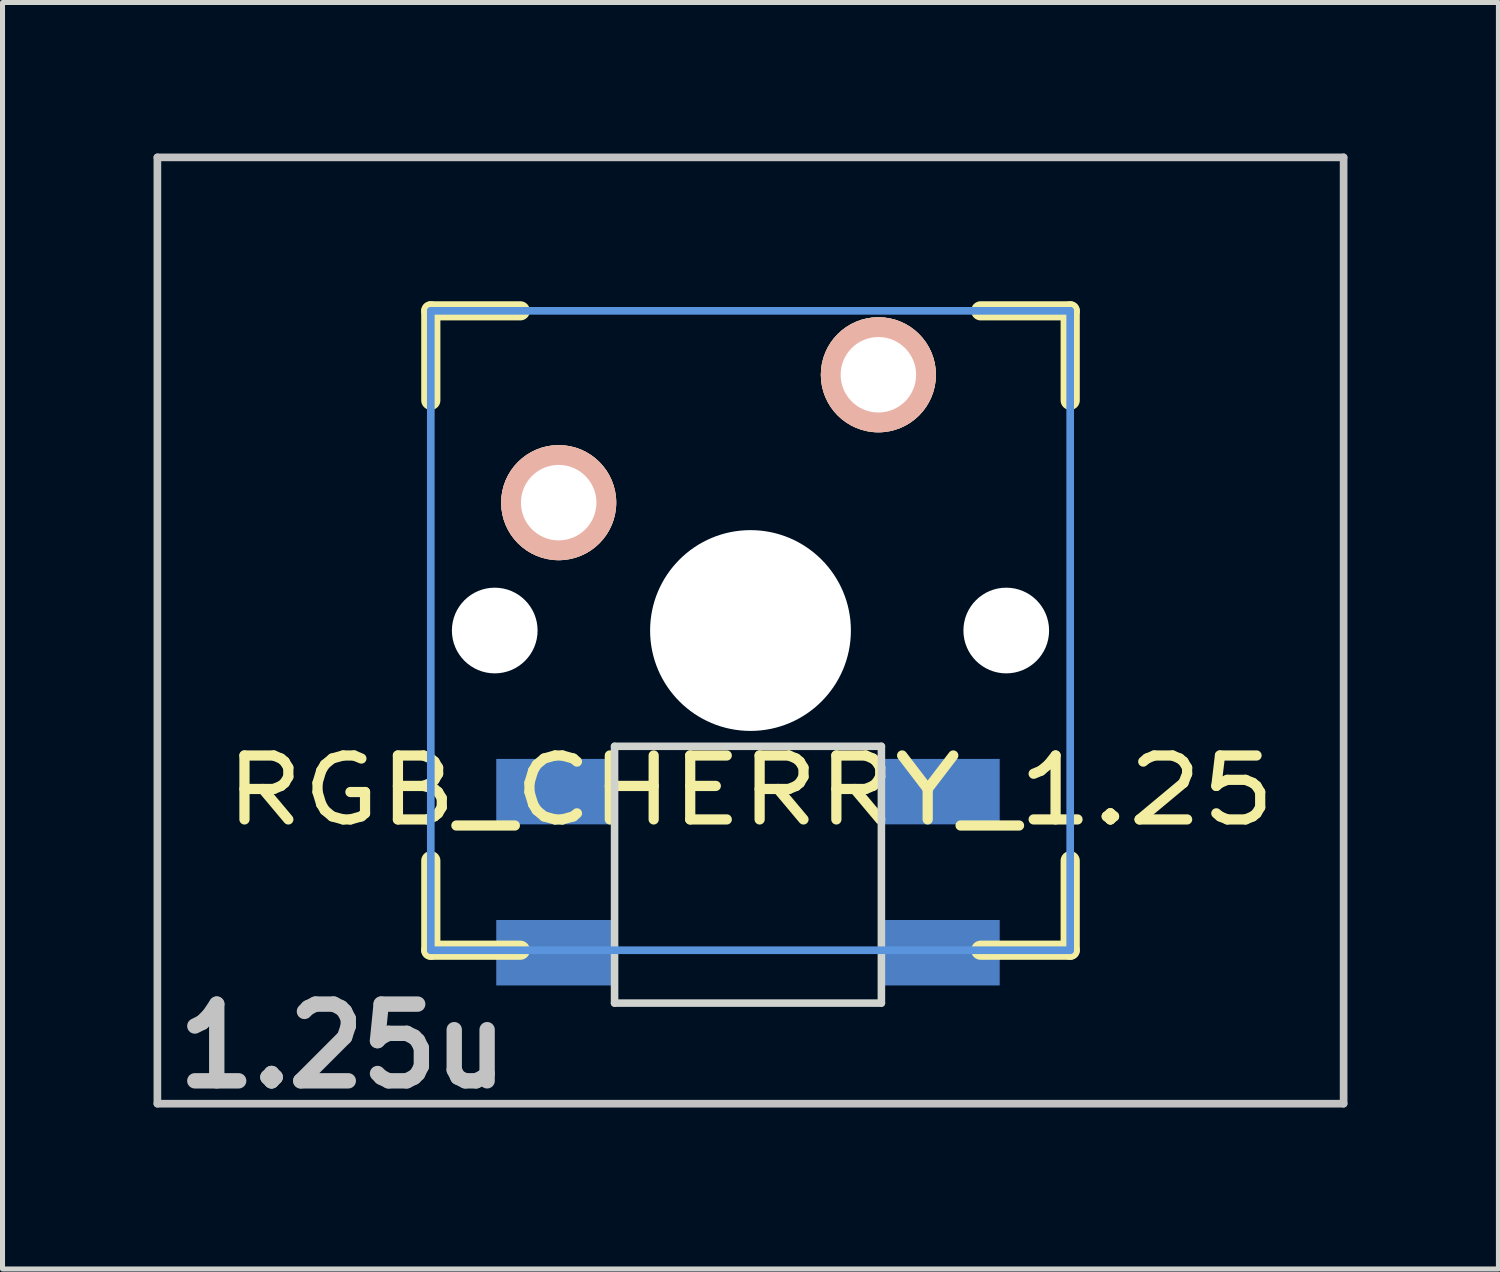
<source format=kicad_pcb>
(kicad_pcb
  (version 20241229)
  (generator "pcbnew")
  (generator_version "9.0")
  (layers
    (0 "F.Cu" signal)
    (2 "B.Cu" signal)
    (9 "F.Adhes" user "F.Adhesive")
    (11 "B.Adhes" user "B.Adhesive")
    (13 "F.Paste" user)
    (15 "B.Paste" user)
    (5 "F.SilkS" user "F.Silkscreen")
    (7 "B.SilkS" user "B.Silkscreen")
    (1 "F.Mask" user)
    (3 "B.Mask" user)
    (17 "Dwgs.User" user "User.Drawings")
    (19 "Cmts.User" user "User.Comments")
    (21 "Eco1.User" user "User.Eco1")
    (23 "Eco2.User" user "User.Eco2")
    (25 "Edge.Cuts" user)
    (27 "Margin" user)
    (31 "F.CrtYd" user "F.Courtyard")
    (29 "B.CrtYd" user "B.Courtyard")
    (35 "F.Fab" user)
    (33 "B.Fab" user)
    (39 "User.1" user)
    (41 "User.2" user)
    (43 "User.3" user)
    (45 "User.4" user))
  (footprint "RGB_CHERRY_1.25"
    (layer "F.Cu")
    (at 11.857 9.474)
    (property "Reference" "RGB_CHERRY_1.25" (at 0 3.175 0) (layer "F.SilkS") (effects (font (size 1.27 1.524) (thickness 0.203))))
    (attr through_hole)
    (fp_line (start -6.35 -6.35) (end -4.572 -6.35) (stroke (width 0.381) (type solid)) (layer "F.SilkS"))
    (fp_line (start -6.35 -4.572) (end -6.35 -6.35) (stroke (width 0.381) (type solid)) (layer "F.SilkS"))
    (fp_line (start -6.35 6.35) (end -6.35 4.572) (stroke (width 0.381) (type solid)) (layer "F.SilkS"))
    (fp_line (start -4.572 6.35) (end -6.35 6.35) (stroke (width 0.381) (type solid)) (layer "F.SilkS"))
    (fp_line (start 4.572 -6.35) (end 6.35 -6.35) (stroke (width 0.381) (type solid)) (layer "F.SilkS"))
    (fp_line (start 6.35 -6.35) (end 6.35 -4.572) (stroke (width 0.381) (type solid)) (layer "F.SilkS"))
    (fp_line (start 6.35 4.572) (end 6.35 6.35) (stroke (width 0.381) (type solid)) (layer "F.SilkS"))
    (fp_line (start 6.35 6.35) (end 4.572 6.35) (stroke (width 0.381) (type solid)) (layer "F.SilkS"))
    (fp_line (start -11.781 -9.398) (end 11.781 -9.398) (stroke (width 0.152) (type solid)) (layer "Dwgs.User"))
    (fp_line (start -11.781 9.398) (end -11.781 -9.398) (stroke (width 0.152) (type solid)) (layer "Dwgs.User"))
    (fp_line (start 11.781 -9.398) (end 11.781 9.398) (stroke (width 0.152) (type solid)) (layer "Dwgs.User"))
    (fp_line (start 11.781 9.398) (end -11.781 9.398) (stroke (width 0.152) (type solid)) (layer "Dwgs.User"))
    (fp_line (start -6.35 -6.35) (end 6.35 -6.35) (stroke (width 0.152) (type solid)) (layer "Cmts.User"))
    (fp_line (start -6.35 6.35) (end -6.35 -6.35) (stroke (width 0.152) (type solid)) (layer "Cmts.User"))
    (fp_line (start 6.35 -6.35) (end 6.35 6.35) (stroke (width 0.152) (type solid)) (layer "Cmts.User"))
    (fp_line (start 6.35 6.35) (end -6.35 6.35) (stroke (width 0.152) (type solid)) (layer "Cmts.User"))
    (fp_line (start -6.985 -6.985) (end 6.985 -6.985) (stroke (width 0.152) (type solid)) (layer "Eco2.User"))
    (fp_line (start -6.985 6.985) (end -6.985 -6.985) (stroke (width 0.152) (type solid)) (layer "Eco2.User"))
    (fp_line (start 6.985 -6.985) (end 6.985 6.985) (stroke (width 0.152) (type solid)) (layer "Eco2.User"))
    (fp_line (start 6.985 6.985) (end -6.985 6.985) (stroke (width 0.152) (type solid)) (layer "Eco2.User"))
    (fp_line (start -2.7 2.3) (end -2.7 7.4) (stroke (width 0.15) (type solid)) (layer "Edge.Cuts"))
    (fp_line (start -2.7 2.3) (end 2.6 2.3) (stroke (width 0.15) (type solid)) (layer "Edge.Cuts"))
    (fp_line (start 2.6 2.3) (end 2.6 7.4) (stroke (width 0.15) (type solid)) (layer "Edge.Cuts"))
    (fp_line (start 2.6 7.4) (end -2.7 7.4) (stroke (width 0.15) (type solid)) (layer "Edge.Cuts"))
    (fp_text user "1.25u" (at -8.098 8.255 0) (layer "Dwgs.User") (effects (font (size 1.524 1.524) (thickness 0.305))))
    (pad "" np_thru_hole circle (at -5.08 0) (size 1.702 1.702) (drill 1.702) (layers "*.Cu"))
    (pad "" np_thru_hole circle (at 0 0) (size 3.988 3.988) (drill 3.988) (layers "*.Cu"))
    (pad "" np_thru_hole circle (at 5.08 0) (size 1.702 1.702) (drill 1.702) (layers "*.Cu"))
    (pad "1" thru_hole circle (at 2.54 -5.08) (size 2.286 2.286) (drill 1.499) (layers "*.Cu" "*.SilkS" "*.Mask"))
    (pad "2" thru_hole circle (at -3.81 -2.54) (size 2.286 2.286) (drill 1.499) (layers "*.Cu" "*.SilkS" "*.Mask"))
    (pad "3" smd rect (at -2.8 3.2) (size 2.3 1.3) (drill (offset -1.1 0)) (layers "B.Cu" "B.Mask" "B.Paste"))
    (pad "4" smd rect (at -2.8 6.4) (size 2.3 1.3) (drill (offset -1.1 0)) (layers "B.Cu" "B.Mask" "B.Paste"))
    (pad "5" smd rect (at 2.7 6.4) (size 2.3 1.3) (drill (offset 1.1 0)) (layers "B.Cu" "B.Mask" "B.Paste"))
    (pad "6" smd rect (at 2.7 3.2) (size 2.3 1.3) (drill (offset 1.1 0)) (layers "B.Cu" "B.Mask" "B.Paste")))
  (gr_rect
    (start -3 -3)
    (end 26.713 22.156)
    (stroke (width 0.1) (type default))
    (fill no)
    (layer "Edge.Cuts")))
</source>
